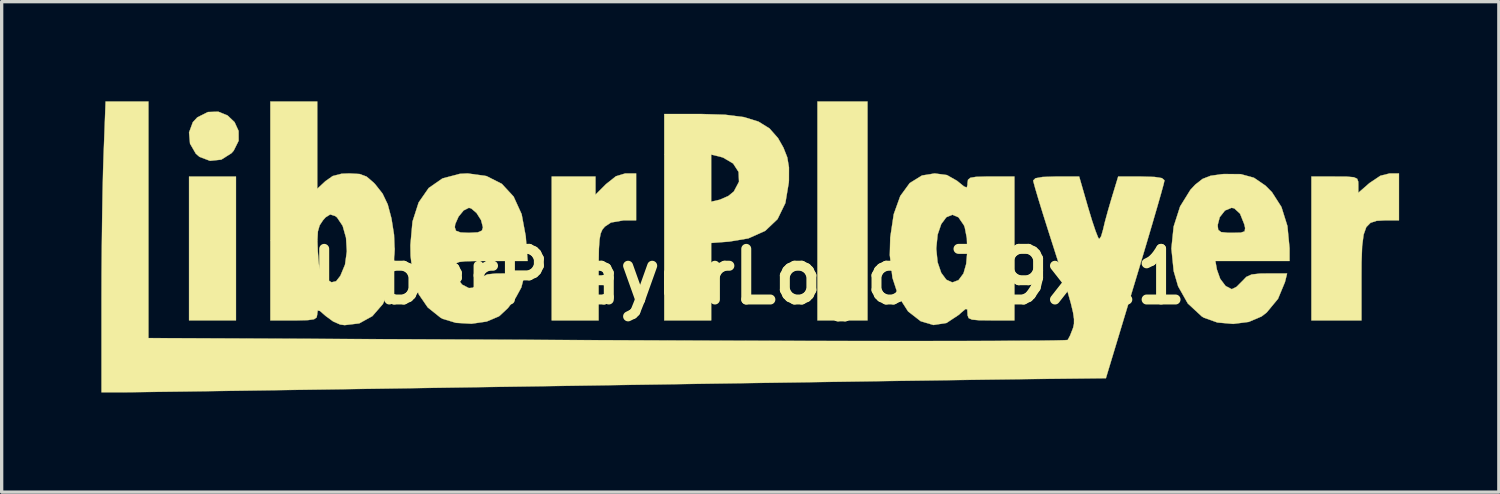
<source format=kicad_pcb>
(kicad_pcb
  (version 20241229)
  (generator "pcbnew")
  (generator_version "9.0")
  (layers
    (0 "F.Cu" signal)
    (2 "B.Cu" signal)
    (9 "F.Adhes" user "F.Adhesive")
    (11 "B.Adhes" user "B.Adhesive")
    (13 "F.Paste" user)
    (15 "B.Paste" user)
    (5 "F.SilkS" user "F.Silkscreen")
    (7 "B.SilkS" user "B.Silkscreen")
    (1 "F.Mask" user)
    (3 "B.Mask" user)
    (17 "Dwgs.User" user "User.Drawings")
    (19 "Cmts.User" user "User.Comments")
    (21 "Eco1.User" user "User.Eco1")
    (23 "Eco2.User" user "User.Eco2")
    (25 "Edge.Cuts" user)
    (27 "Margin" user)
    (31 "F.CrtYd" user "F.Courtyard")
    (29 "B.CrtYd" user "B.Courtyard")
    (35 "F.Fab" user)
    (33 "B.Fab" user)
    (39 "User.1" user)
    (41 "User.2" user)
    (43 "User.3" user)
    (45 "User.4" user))
  (footprint "LiberPlayerLogo_39x11"
    (layer "F.Cu")
    (at 19.478 5.273)
    (property "Reference" "LiberPlayerLogo_39x11" (at 0 0 0) (layer "F.SilkS") (effects (font (size 1.524 1.524) (thickness 0.3))))
    (attr through_hole)
    (fp_poly (pts (xy -15.428 1.317) (xy -16.839 1.317) (xy -16.839 -3.01) (xy -15.428 -3.01) (xy -15.428 1.317)) (stroke (width 0.01) (type solid)) (fill yes) (layer "F.SilkS"))
    (fp_poly (pts (xy 3.575 1.317) (xy 2.07 1.317) (xy 2.07 -5.268) (xy 3.575 -5.268) (xy 3.575 1.317)) (stroke (width 0.01) (type solid)) (fill yes) (layer "F.SilkS"))
    (fp_poly (pts (xy -15.683 -4.85) (xy -15.47 -4.648) (xy -15.349 -4.383) (xy -15.348 -4.087) (xy -15.496 -3.789) (xy -15.565 -3.712) (xy -15.869 -3.52) (xy -16.208 -3.484) (xy -16.524 -3.603) (xy -16.635 -3.698) (xy -16.81 -4.001) (xy -16.839 -4.338) (xy -16.725 -4.647) (xy -16.591 -4.791) (xy -16.272 -4.952) (xy -15.96 -4.962) (xy -15.683 -4.85)) (stroke (width 0.01) (type solid)) (fill yes) (layer "F.SilkS"))
    (fp_poly (pts (xy -3.387 -1.693) (xy -3.763 -1.693) (xy -4.144 -1.627) (xy -4.327 -1.505) (xy -4.403 -1.414) (xy -4.455 -1.294) (xy -4.488 -1.112) (xy -4.507 -0.835) (xy -4.514 -0.429) (xy -4.516 0) (xy -4.516 1.317) (xy -5.927 1.317) (xy -5.927 -3.01) (xy -4.61 -3.01) (xy -4.61 -2.465) (xy -4.29 -2.785) (xy -3.993 -3.02) (xy -3.712 -3.104) (xy -3.678 -3.104) (xy -3.387 -3.104) (xy -3.387 -1.693)) (stroke (width 0.01) (type solid)) (fill yes) (layer "F.SilkS"))
    (fp_poly (pts (xy 19.567 -1.693) (xy 19.149 -1.693) (xy 18.897 -1.679) (xy 18.712 -1.619) (xy 18.584 -1.489) (xy 18.504 -1.264) (xy 18.459 -0.918) (xy 18.441 -0.427) (xy 18.439 0.021) (xy 18.439 1.317) (xy 16.933 1.317) (xy 16.933 -3.01) (xy 17.639 -3.01) (xy 17.998 -3.008) (xy 18.208 -2.99) (xy 18.309 -2.945) (xy 18.342 -2.857) (xy 18.344 -2.765) (xy 18.344 -2.521) (xy 18.677 -2.812) (xy 19.01 -3.035) (xy 19.288 -3.104) (xy 19.567 -3.104) (xy 19.567 -1.693)) (stroke (width 0.01) (type solid)) (fill yes) (layer "F.SilkS"))
    (fp_poly (pts (xy -0.704 -4.87) (xy -0.14 -4.798) (xy 0.294 -4.664) (xy 0.627 -4.458) (xy 0.883 -4.167) (xy 1.045 -3.882) (xy 1.161 -3.589) (xy 1.212 -3.285) (xy 1.211 -2.889) (xy 1.207 -2.831) (xy 1.104 -2.214) (xy 0.869 -1.73) (xy 0.498 -1.377) (xy -0.01 -1.15) (xy -0.588 -1.053) (xy -1.129 -1.012) (xy -1.129 1.317) (xy -2.54 1.317) (xy -2.54 -2.254) (xy -1.129 -2.254) (xy -0.87 -2.313) (xy -0.612 -2.426) (xy -0.447 -2.56) (xy -0.291 -2.855) (xy -0.303 -3.149) (xy -0.468 -3.404) (xy -0.771 -3.582) (xy -0.87 -3.611) (xy -1.129 -3.672) (xy -1.129 -2.254) (xy -2.54 -2.254) (xy -2.54 -4.892) (xy -1.425 -4.892) (xy -0.704 -4.87)) (stroke (width 0.01) (type solid)) (fill yes) (layer "F.SilkS"))
    (fp_poly (pts (xy 5.966 -3.055) (xy 6.269 -2.883) (xy 6.296 -2.861) (xy 6.48 -2.712) (xy 6.563 -2.681) (xy 6.584 -2.759) (xy 6.585 -2.814) (xy 6.6 -2.914) (xy 6.671 -2.973) (xy 6.836 -3.001) (xy 7.136 -3.01) (xy 7.291 -3.01) (xy 7.996 -3.01) (xy 7.996 1.317) (xy 7.291 1.317) (xy 6.931 1.313) (xy 6.72 1.294) (xy 6.619 1.248) (xy 6.587 1.164) (xy 6.585 1.111) (xy 6.577 0.985) (xy 6.527 0.974) (xy 6.394 1.085) (xy 6.326 1.148) (xy 5.953 1.395) (xy 5.56 1.456) (xy 5.176 1.342) (xy 4.797 1.047) (xy 4.512 0.605) (xy 4.326 0.035) (xy 4.247 -0.644) (xy 4.252 -0.839) (xy 5.644 -0.839) (xy 5.685 -0.431) (xy 5.794 -0.113) (xy 5.949 0.095) (xy 6.129 0.175) (xy 6.314 0.107) (xy 6.464 -0.095) (xy 6.545 -0.379) (xy 6.579 -0.76) (xy 6.565 -1.156) (xy 6.502 -1.481) (xy 6.478 -1.543) (xy 6.312 -1.785) (xy 6.129 -1.861) (xy 5.949 -1.788) (xy 5.795 -1.583) (xy 5.686 -1.264) (xy 5.644 -0.848) (xy 5.644 -0.839) (xy 4.252 -0.839) (xy 4.26 -1.176) (xy 4.365 -1.877) (xy 4.562 -2.425) (xy 4.846 -2.814) (xy 5.215 -3.042) (xy 5.597 -3.104) (xy 5.966 -3.055)) (stroke (width 0.01) (type solid)) (fill yes) (layer "F.SilkS"))
    (fp_poly (pts (xy -12.982 -2.643) (xy -12.733 -2.874) (xy -12.515 -3.027) (xy -12.248 -3.095) (xy -12.015 -3.104) (xy -11.708 -3.087) (xy -11.497 -3.009) (xy -11.289 -2.831) (xy -11.232 -2.771) (xy -11.016 -2.496) (xy -10.861 -2.172) (xy -10.749 -1.75) (xy -10.671 -1.258) (xy -10.655 -0.826) (xy -10.694 -0.33) (xy -10.78 0.165) (xy -10.9 0.591) (xy -11.008 0.826) (xy -11.323 1.189) (xy -11.718 1.407) (xy -12.156 1.46) (xy -12.292 1.442) (xy -12.502 1.35) (xy -12.729 1.184) (xy -12.739 1.175) (xy -12.901 1.034) (xy -12.968 1.019) (xy -12.982 1.122) (xy -12.982 1.133) (xy -13 1.227) (xy -13.079 1.283) (xy -13.259 1.309) (xy -13.578 1.317) (xy -13.688 1.317) (xy -14.393 1.317) (xy -14.393 -1.088) (xy -12.977 -1.088) (xy -12.966 -0.769) (xy -12.935 -0.38) (xy -12.885 -0.136) (xy -12.803 0.01) (xy -12.75 0.056) (xy -12.551 0.171) (xy -12.413 0.139) (xy -12.286 -0.024) (xy -12.146 -0.361) (xy -12.091 -0.761) (xy -12.116 -1.169) (xy -12.217 -1.527) (xy -12.387 -1.781) (xy -12.447 -1.825) (xy -12.592 -1.87) (xy -12.731 -1.784) (xy -12.809 -1.695) (xy -12.91 -1.542) (xy -12.963 -1.358) (xy -12.977 -1.088) (xy -14.393 -1.088) (xy -14.393 -5.268) (xy -12.982 -5.268) (xy -12.982 -2.643)) (stroke (width 0.01) (type solid)) (fill yes) (layer "F.SilkS"))
    (fp_poly (pts (xy 14.806 -3.083) (xy 15.204 -2.974) (xy 15.552 -2.736) (xy 15.746 -2.54) (xy 16.031 -2.095) (xy 16.211 -1.521) (xy 16.275 -0.855) (xy 16.275 -0.842) (xy 16.275 -0.47) (xy 14.043 -0.47) (xy 14.089 -0.212) (xy 14.188 0.067) (xy 14.35 0.282) (xy 14.53 0.376) (xy 14.542 0.376) (xy 14.68 0.308) (xy 14.844 0.144) (xy 14.847 0.141) (xy 14.975 0.009) (xy 15.134 -0.063) (xy 15.382 -0.091) (xy 15.617 -0.094) (xy 16.201 -0.094) (xy 16.137 0.165) (xy 15.928 0.668) (xy 15.587 1.08) (xy 15.433 1.199) (xy 15.047 1.363) (xy 14.58 1.423) (xy 14.104 1.381) (xy 13.697 1.236) (xy 13.633 1.197) (xy 13.213 0.808) (xy 12.922 0.291) (xy 12.789 -0.166) (xy 12.72 -0.846) (xy 12.788 -1.507) (xy 12.801 -1.546) (xy 14.111 -1.546) (xy 14.129 -1.406) (xy 14.216 -1.339) (xy 14.422 -1.318) (xy 14.545 -1.317) (xy 14.807 -1.323) (xy 14.924 -1.361) (xy 14.939 -1.461) (xy 14.913 -1.575) (xy 14.786 -1.893) (xy 14.612 -2.054) (xy 14.53 -2.07) (xy 14.332 -1.988) (xy 14.174 -1.788) (xy 14.111 -1.546) (xy 12.801 -1.546) (xy 12.982 -2.11) (xy 13.292 -2.611) (xy 13.44 -2.769) (xy 13.657 -2.939) (xy 13.897 -3.033) (xy 14.236 -3.081) (xy 14.299 -3.086) (xy 14.806 -3.083)) (stroke (width 0.01) (type solid)) (fill yes) (layer "F.SilkS"))
    (fp_poly (pts (xy -7.89 -3.025) (xy -7.428 -2.791) (xy -7.073 -2.407) (xy -6.832 -1.879) (xy -6.708 -1.213) (xy -6.705 -1.173) (xy -6.652 -0.47) (xy -7.748 -0.47) (xy -8.215 -0.469) (xy -8.526 -0.461) (xy -8.712 -0.44) (xy -8.806 -0.4) (xy -8.839 -0.333) (xy -8.843 -0.246) (xy -8.781 0.027) (xy -8.625 0.24) (xy -8.421 0.345) (xy -8.301 0.336) (xy -8.113 0.208) (xy -8.042 0.089) (xy -7.983 -0.012) (xy -7.858 -0.068) (xy -7.621 -0.091) (xy -7.378 -0.094) (xy -7.046 -0.087) (xy -6.862 -0.058) (xy -6.786 0.004) (xy -6.775 0.071) (xy -6.842 0.328) (xy -7.013 0.641) (xy -7.244 0.946) (xy -7.494 1.18) (xy -7.518 1.197) (xy -7.885 1.352) (xy -8.341 1.418) (xy -8.807 1.391) (xy -9.206 1.271) (xy -9.275 1.233) (xy -9.658 0.926) (xy -9.929 0.531) (xy -10.098 0.023) (xy -10.173 -0.622) (xy -10.179 -0.947) (xy -10.131 -1.484) (xy -8.843 -1.484) (xy -8.807 -1.378) (xy -8.669 -1.328) (xy -8.42 -1.317) (xy -8.151 -1.331) (xy -8.025 -1.386) (xy -7.996 -1.484) (xy -8.053 -1.701) (xy -8.189 -1.915) (xy -8.351 -2.052) (xy -8.42 -2.07) (xy -8.577 -1.991) (xy -8.731 -1.803) (xy -8.83 -1.579) (xy -8.843 -1.484) (xy -10.131 -1.484) (xy -10.115 -1.658) (xy -9.93 -2.232) (xy -9.628 -2.666) (xy -9.214 -2.954) (xy -8.691 -3.092) (xy -8.456 -3.104) (xy -7.89 -3.025)) (stroke (width 0.01) (type solid)) (fill yes) (layer "F.SilkS"))
    (fp_poly (pts (xy -18.062 1.85) (xy -4.263 1.914) (xy -2.666 1.921) (xy -1.121 1.927) (xy 0.362 1.931) (xy 1.773 1.935) (xy 3.101 1.937) (xy 4.336 1.938) (xy 5.467 1.938) (xy 6.484 1.937) (xy 7.376 1.935) (xy 8.133 1.931) (xy 8.744 1.927) (xy 9.199 1.921) (xy 9.488 1.914) (xy 9.6 1.907) (xy 9.6 1.906) (xy 9.672 1.773) (xy 9.759 1.55) (xy 9.763 1.539) (xy 9.789 1.422) (xy 9.79 1.277) (xy 9.761 1.079) (xy 9.695 0.802) (xy 9.587 0.422) (xy 9.43 -0.085) (xy 9.218 -0.746) (xy 9.212 -0.766) (xy 9.024 -1.353) (xy 8.857 -1.882) (xy 8.72 -2.327) (xy 8.621 -2.661) (xy 8.568 -2.857) (xy 8.562 -2.893) (xy 8.629 -2.959) (xy 8.844 -2.998) (xy 9.226 -3.01) (xy 9.253 -3.01) (xy 9.945 -3.01) (xy 10.216 -2.07) (xy 10.334 -1.681) (xy 10.438 -1.371) (xy 10.515 -1.176) (xy 10.547 -1.129) (xy 10.605 -1.21) (xy 10.662 -1.406) (xy 10.664 -1.415) (xy 10.72 -1.65) (xy 10.813 -1.99) (xy 10.92 -2.355) (xy 11.119 -3.01) (xy 11.815 -3.01) (xy 12.209 -2.999) (xy 12.435 -2.963) (xy 12.511 -2.898) (xy 12.511 -2.893) (xy 12.485 -2.777) (xy 12.41 -2.504) (xy 12.293 -2.095) (xy 12.141 -1.573) (xy 11.96 -0.961) (xy 11.757 -0.28) (xy 11.63 0.141) (xy 10.749 3.057) (xy 8.691 3.08) (xy 8.34 3.084) (xy 7.815 3.091) (xy 7.129 3.1) (xy 6.295 3.112) (xy 5.326 3.126) (xy 4.237 3.141) (xy 3.041 3.159) (xy 1.751 3.178) (xy 0.381 3.198) (xy -1.056 3.219) (xy -2.546 3.242) (xy -4.076 3.265) (xy -5.633 3.289) (xy -5.833 3.292) (xy -7.36 3.315) (xy -8.842 3.337) (xy -10.268 3.359) (xy -11.625 3.379) (xy -12.903 3.398) (xy -14.089 3.415) (xy -15.173 3.431) (xy -16.141 3.445) (xy -16.983 3.457) (xy -17.687 3.466) (xy -18.241 3.474) (xy -18.634 3.479) (xy -18.854 3.481) (xy -18.885 3.481) (xy -19.473 3.481) (xy -19.473 0.729) (xy -19.471 -0.078) (xy -19.464 -0.919) (xy -19.454 -1.749) (xy -19.441 -2.52) (xy -19.426 -3.189) (xy -19.411 -3.645) (xy -19.35 -5.268) (xy -18.062 -5.268) (xy -18.062 1.85)) (stroke (width 0.01) (type solid)) (fill yes) (layer "F.SilkS")))
  (gr_rect
    (start -3 -3)
    (end 42.051 11.759)
    (stroke (width 0.1) (type default))
    (fill no)
    (layer "Edge.Cuts")))
</source>
